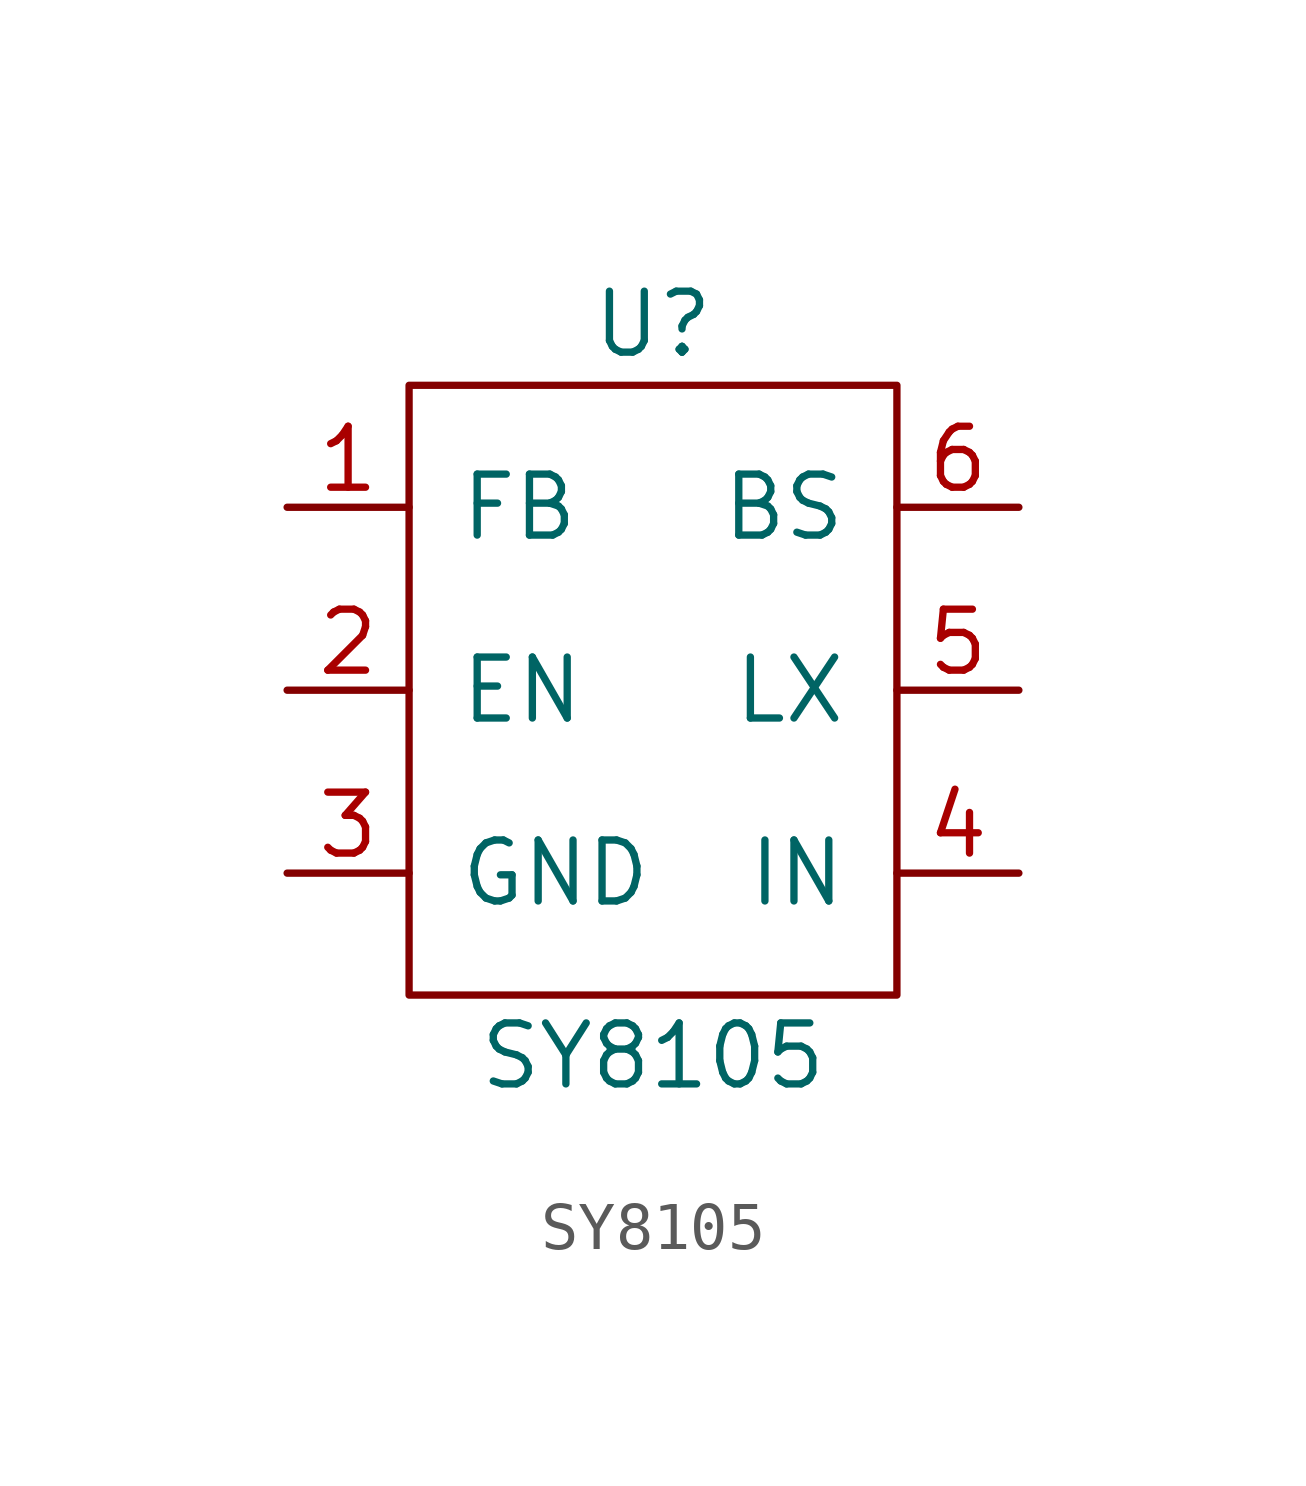
<source format=kicad_sym>
(kicad_symbol_lib
  (version 20211014)
  (generator kicad_symbol_editor)
  (symbol "SY8105"
    (pin_names
      (offset 1.016))
    (property "Reference" "U"
      (at 0 7.62 0)
      (effects (font (size 1.27 1.27))))
    (property "Value" "SY8105"
      (at 0 -7.62 0)
      (effects (font (size 1.27 1.27))))
    (symbol "SY8105_0_1"
      (rectangle (start -5.08 6.35) (end 5.08 -6.35) (stroke (width 0) (type default) (color 0 0 0 0)) (fill (type none))))
    (symbol "SY8105_1_1"
      (pin input line (at -7.62 3.81 0) (length 2.54) (name "FB" (effects (font (size 1.27 1.27)))) (number "1" (effects (font (size 1.27 1.27)))))
      (pin input line (at -7.62 0 0) (length 2.54) (name "EN" (effects (font (size 1.27 1.27)))) (number "2" (effects (font (size 1.27 1.27)))))
      (pin input line (at -7.62 -3.81 0) (length 2.54) (name "GND" (effects (font (size 1.27 1.27)))) (number "3" (effects (font (size 1.27 1.27)))))
      (pin input line (at 7.62 -3.81 180) (length 2.54) (name "IN" (effects (font (size 1.27 1.27)))) (number "4" (effects (font (size 1.27 1.27)))))
      (pin input line (at 7.62 0 180) (length 2.54) (name "LX" (effects (font (size 1.27 1.27)))) (number "5" (effects (font (size 1.27 1.27)))))
      (pin input line (at 7.62 3.81 180) (length 2.54) (name "BS" (effects (font (size 1.27 1.27)))) (number "6" (effects (font (size 1.27 1.27))))))))
</source>
